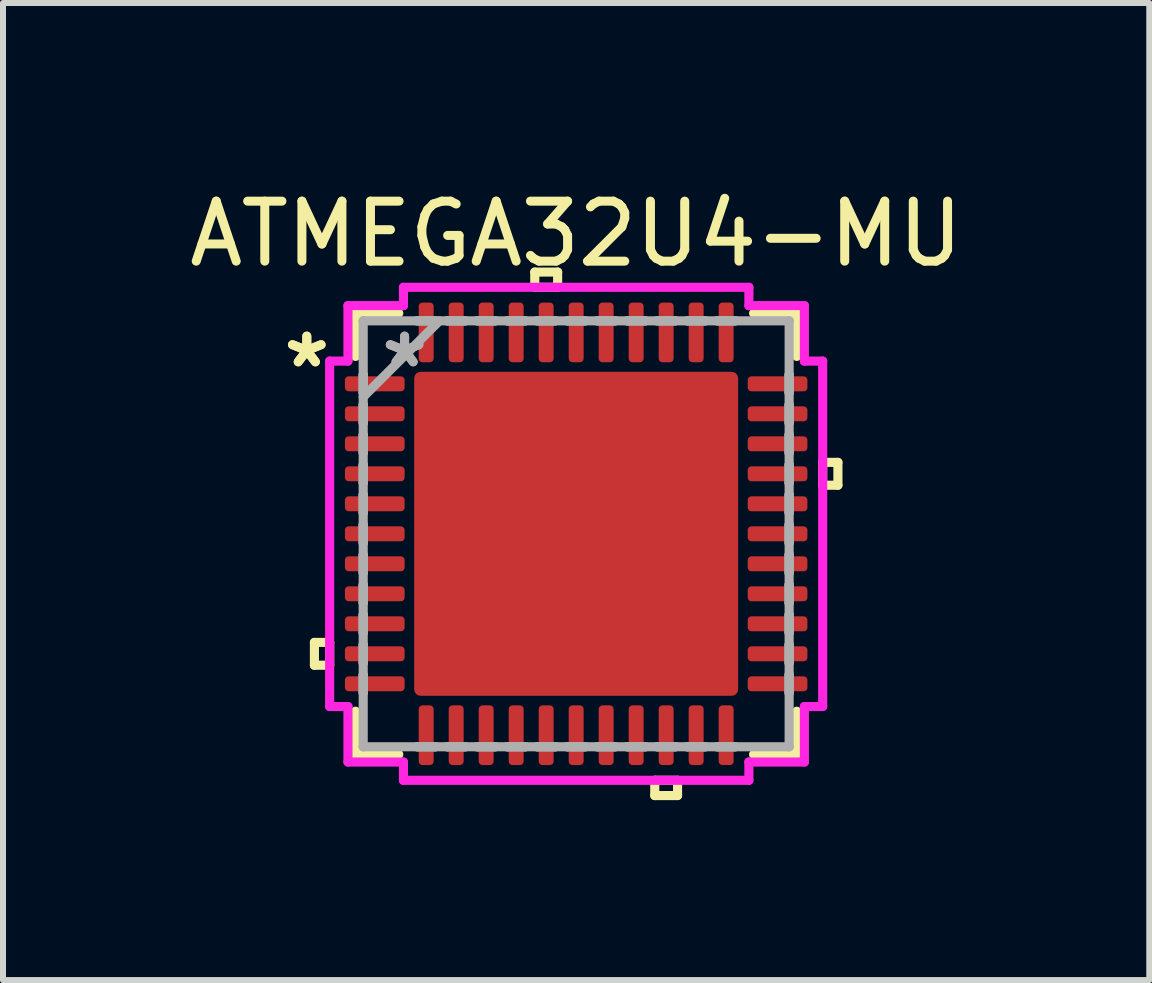
<source format=kicad_pcb>
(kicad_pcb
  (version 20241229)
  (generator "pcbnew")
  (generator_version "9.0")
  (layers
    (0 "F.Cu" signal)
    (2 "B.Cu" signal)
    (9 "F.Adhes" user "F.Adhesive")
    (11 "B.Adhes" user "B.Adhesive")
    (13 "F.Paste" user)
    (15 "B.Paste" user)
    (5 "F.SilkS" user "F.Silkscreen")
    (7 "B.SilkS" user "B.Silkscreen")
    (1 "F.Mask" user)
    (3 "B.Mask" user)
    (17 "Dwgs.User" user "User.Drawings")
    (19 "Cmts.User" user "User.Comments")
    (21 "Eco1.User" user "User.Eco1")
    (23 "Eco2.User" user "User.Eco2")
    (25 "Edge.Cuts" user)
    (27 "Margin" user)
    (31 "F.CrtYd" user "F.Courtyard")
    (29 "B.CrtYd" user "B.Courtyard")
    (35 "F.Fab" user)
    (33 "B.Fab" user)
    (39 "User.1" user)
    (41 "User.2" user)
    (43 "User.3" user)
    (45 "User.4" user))
  (footprint "ATMEGA32U4-MU"
    (layer "F.Cu")
    (at 6.554 5.848)
    (property "Reference" "ATMEGA32U4-MU" (at 0 -5 0) (layer "F.SilkS") (effects (font (size 1 1) (thickness 0.15))))
    (attr smd)
    (fp_line (start -4.363 1.81) (end -4.363 2.191) (stroke (width 0.152) (type solid)) (layer "F.SilkS"))
    (fp_line (start -4.363 2.191) (end -4.109 2.191) (stroke (width 0.152) (type solid)) (layer "F.SilkS"))
    (fp_line (start -4.109 1.81) (end -4.363 1.81) (stroke (width 0.152) (type solid)) (layer "F.SilkS"))
    (fp_line (start -4.109 2.191) (end -4.109 1.81) (stroke (width 0.152) (type solid)) (layer "F.SilkS"))
    (fp_line (start -3.677 -3.677) (end -3.677 -2.957) (stroke (width 0.152) (type solid)) (layer "F.SilkS"))
    (fp_line (start -3.677 2.957) (end -3.677 3.677) (stroke (width 0.152) (type solid)) (layer "F.SilkS"))
    (fp_line (start -3.677 3.677) (end -2.957 3.677) (stroke (width 0.152) (type solid)) (layer "F.SilkS"))
    (fp_line (start -2.957 -3.677) (end -3.677 -3.677) (stroke (width 0.152) (type solid)) (layer "F.SilkS"))
    (fp_line (start -0.69 -4.363) (end -0.309 -4.363) (stroke (width 0.152) (type solid)) (layer "F.SilkS"))
    (fp_line (start -0.69 -4.109) (end -0.69 -4.363) (stroke (width 0.152) (type solid)) (layer "F.SilkS"))
    (fp_line (start -0.309 -4.363) (end -0.309 -4.109) (stroke (width 0.152) (type solid)) (layer "F.SilkS"))
    (fp_line (start -0.309 -4.109) (end -0.69 -4.109) (stroke (width 0.152) (type solid)) (layer "F.SilkS"))
    (fp_line (start 1.31 4.109) (end 1.31 4.363) (stroke (width 0.152) (type solid)) (layer "F.SilkS"))
    (fp_line (start 1.31 4.363) (end 1.69 4.363) (stroke (width 0.152) (type solid)) (layer "F.SilkS"))
    (fp_line (start 1.69 4.109) (end 1.31 4.109) (stroke (width 0.152) (type solid)) (layer "F.SilkS"))
    (fp_line (start 1.69 4.363) (end 1.69 4.109) (stroke (width 0.152) (type solid)) (layer "F.SilkS"))
    (fp_line (start 2.957 3.677) (end 3.677 3.677) (stroke (width 0.152) (type solid)) (layer "F.SilkS"))
    (fp_line (start 3.677 -3.677) (end 2.957 -3.677) (stroke (width 0.152) (type solid)) (layer "F.SilkS"))
    (fp_line (start 3.677 -2.957) (end 3.677 -3.677) (stroke (width 0.152) (type solid)) (layer "F.SilkS"))
    (fp_line (start 3.677 3.677) (end 3.677 2.957) (stroke (width 0.152) (type solid)) (layer "F.SilkS"))
    (fp_line (start 4.109 -1.191) (end 4.363 -1.191) (stroke (width 0.152) (type solid)) (layer "F.SilkS"))
    (fp_line (start 4.109 -0.81) (end 4.109 -1.191) (stroke (width 0.152) (type solid)) (layer "F.SilkS"))
    (fp_line (start 4.363 -1.191) (end 4.363 -0.81) (stroke (width 0.152) (type solid)) (layer "F.SilkS"))
    (fp_line (start 4.363 -0.81) (end 4.109 -0.81) (stroke (width 0.152) (type solid)) (layer "F.SilkS"))
    (fp_line (start -2.6 -2.6) (end -2.6 -1.45) (stroke (width 0.152) (type solid)) (layer "F.Paste"))
    (fp_line (start -2.6 -1.45) (end -1.45 -1.45) (stroke (width 0.152) (type solid)) (layer "F.Paste"))
    (fp_line (start -2.6 -1.25) (end -2.6 -0.1) (stroke (width 0.152) (type solid)) (layer "F.Paste"))
    (fp_line (start -2.6 -0.1) (end -1.45 -0.1) (stroke (width 0.152) (type solid)) (layer "F.Paste"))
    (fp_line (start -2.6 0.1) (end -2.6 1.25) (stroke (width 0.152) (type solid)) (layer "F.Paste"))
    (fp_line (start -2.6 1.25) (end -1.45 1.25) (stroke (width 0.152) (type solid)) (layer "F.Paste"))
    (fp_line (start -2.6 1.45) (end -2.6 2.6) (stroke (width 0.152) (type solid)) (layer "F.Paste"))
    (fp_line (start -2.6 2.6) (end -1.45 2.6) (stroke (width 0.152) (type solid)) (layer "F.Paste"))
    (fp_line (start -1.45 -2.6) (end -2.6 -2.6) (stroke (width 0.152) (type solid)) (layer "F.Paste"))
    (fp_line (start -1.45 -1.45) (end -1.45 -2.6) (stroke (width 0.152) (type solid)) (layer "F.Paste"))
    (fp_line (start -1.45 -1.25) (end -2.6 -1.25) (stroke (width 0.152) (type solid)) (layer "F.Paste"))
    (fp_line (start -1.45 -0.1) (end -1.45 -1.25) (stroke (width 0.152) (type solid)) (layer "F.Paste"))
    (fp_line (start -1.45 0.1) (end -2.6 0.1) (stroke (width 0.152) (type solid)) (layer "F.Paste"))
    (fp_line (start -1.45 1.25) (end -1.45 0.1) (stroke (width 0.152) (type solid)) (layer "F.Paste"))
    (fp_line (start -1.45 1.45) (end -2.6 1.45) (stroke (width 0.152) (type solid)) (layer "F.Paste"))
    (fp_line (start -1.45 2.6) (end -1.45 1.45) (stroke (width 0.152) (type solid)) (layer "F.Paste"))
    (fp_line (start -1.25 -2.6) (end -1.25 -1.45) (stroke (width 0.152) (type solid)) (layer "F.Paste"))
    (fp_line (start -1.25 -1.45) (end -0.1 -1.45) (stroke (width 0.152) (type solid)) (layer "F.Paste"))
    (fp_line (start -1.25 -1.25) (end -1.25 -0.1) (stroke (width 0.152) (type solid)) (layer "F.Paste"))
    (fp_line (start -1.25 -0.1) (end -0.1 -0.1) (stroke (width 0.152) (type solid)) (layer "F.Paste"))
    (fp_line (start -1.25 0.1) (end -1.25 1.25) (stroke (width 0.152) (type solid)) (layer "F.Paste"))
    (fp_line (start -1.25 1.25) (end -0.1 1.25) (stroke (width 0.152) (type solid)) (layer "F.Paste"))
    (fp_line (start -1.25 1.45) (end -1.25 2.6) (stroke (width 0.152) (type solid)) (layer "F.Paste"))
    (fp_line (start -1.25 2.6) (end -0.1 2.6) (stroke (width 0.152) (type solid)) (layer "F.Paste"))
    (fp_line (start -0.1 -2.6) (end -1.25 -2.6) (stroke (width 0.152) (type solid)) (layer "F.Paste"))
    (fp_line (start -0.1 -1.45) (end -0.1 -2.6) (stroke (width 0.152) (type solid)) (layer "F.Paste"))
    (fp_line (start -0.1 -1.25) (end -1.25 -1.25) (stroke (width 0.152) (type solid)) (layer "F.Paste"))
    (fp_line (start -0.1 -0.1) (end -0.1 -1.25) (stroke (width 0.152) (type solid)) (layer "F.Paste"))
    (fp_line (start -0.1 0.1) (end -1.25 0.1) (stroke (width 0.152) (type solid)) (layer "F.Paste"))
    (fp_line (start -0.1 1.25) (end -0.1 0.1) (stroke (width 0.152) (type solid)) (layer "F.Paste"))
    (fp_line (start -0.1 1.45) (end -1.25 1.45) (stroke (width 0.152) (type solid)) (layer "F.Paste"))
    (fp_line (start -0.1 2.6) (end -0.1 1.45) (stroke (width 0.152) (type solid)) (layer "F.Paste"))
    (fp_line (start 0.1 -2.6) (end 0.1 -1.45) (stroke (width 0.152) (type solid)) (layer "F.Paste"))
    (fp_line (start 0.1 -1.45) (end 1.25 -1.45) (stroke (width 0.152) (type solid)) (layer "F.Paste"))
    (fp_line (start 0.1 -1.25) (end 0.1 -0.1) (stroke (width 0.152) (type solid)) (layer "F.Paste"))
    (fp_line (start 0.1 -0.1) (end 1.25 -0.1) (stroke (width 0.152) (type solid)) (layer "F.Paste"))
    (fp_line (start 0.1 0.1) (end 0.1 1.25) (stroke (width 0.152) (type solid)) (layer "F.Paste"))
    (fp_line (start 0.1 1.25) (end 1.25 1.25) (stroke (width 0.152) (type solid)) (layer "F.Paste"))
    (fp_line (start 0.1 1.45) (end 0.1 2.6) (stroke (width 0.152) (type solid)) (layer "F.Paste"))
    (fp_line (start 0.1 2.6) (end 1.25 2.6) (stroke (width 0.152) (type solid)) (layer "F.Paste"))
    (fp_line (start 1.25 -2.6) (end 0.1 -2.6) (stroke (width 0.152) (type solid)) (layer "F.Paste"))
    (fp_line (start 1.25 -1.45) (end 1.25 -2.6) (stroke (width 0.152) (type solid)) (layer "F.Paste"))
    (fp_line (start 1.25 -1.25) (end 0.1 -1.25) (stroke (width 0.152) (type solid)) (layer "F.Paste"))
    (fp_line (start 1.25 -0.1) (end 1.25 -1.25) (stroke (width 0.152) (type solid)) (layer "F.Paste"))
    (fp_line (start 1.25 0.1) (end 0.1 0.1) (stroke (width 0.152) (type solid)) (layer "F.Paste"))
    (fp_line (start 1.25 1.25) (end 1.25 0.1) (stroke (width 0.152) (type solid)) (layer "F.Paste"))
    (fp_line (start 1.25 1.45) (end 0.1 1.45) (stroke (width 0.152) (type solid)) (layer "F.Paste"))
    (fp_line (start 1.25 2.6) (end 1.25 1.45) (stroke (width 0.152) (type solid)) (layer "F.Paste"))
    (fp_line (start 1.45 -2.6) (end 1.45 -1.45) (stroke (width 0.152) (type solid)) (layer "F.Paste"))
    (fp_line (start 1.45 -1.45) (end 2.6 -1.45) (stroke (width 0.152) (type solid)) (layer "F.Paste"))
    (fp_line (start 1.45 -1.25) (end 1.45 -0.1) (stroke (width 0.152) (type solid)) (layer "F.Paste"))
    (fp_line (start 1.45 -0.1) (end 2.6 -0.1) (stroke (width 0.152) (type solid)) (layer "F.Paste"))
    (fp_line (start 1.45 0.1) (end 1.45 1.25) (stroke (width 0.152) (type solid)) (layer "F.Paste"))
    (fp_line (start 1.45 1.25) (end 2.6 1.25) (stroke (width 0.152) (type solid)) (layer "F.Paste"))
    (fp_line (start 1.45 1.45) (end 1.45 2.6) (stroke (width 0.152) (type solid)) (layer "F.Paste"))
    (fp_line (start 1.45 2.6) (end 2.6 2.6) (stroke (width 0.152) (type solid)) (layer "F.Paste"))
    (fp_line (start 2.6 -2.6) (end 1.45 -2.6) (stroke (width 0.152) (type solid)) (layer "F.Paste"))
    (fp_line (start 2.6 -1.45) (end 2.6 -2.6) (stroke (width 0.152) (type solid)) (layer "F.Paste"))
    (fp_line (start 2.6 -1.25) (end 1.45 -1.25) (stroke (width 0.152) (type solid)) (layer "F.Paste"))
    (fp_line (start 2.6 -0.1) (end 2.6 -1.25) (stroke (width 0.152) (type solid)) (layer "F.Paste"))
    (fp_line (start 2.6 0.1) (end 1.45 0.1) (stroke (width 0.152) (type solid)) (layer "F.Paste"))
    (fp_line (start 2.6 1.25) (end 2.6 0.1) (stroke (width 0.152) (type solid)) (layer "F.Paste"))
    (fp_line (start 2.6 1.45) (end 1.45 1.45) (stroke (width 0.152) (type solid)) (layer "F.Paste"))
    (fp_line (start 2.6 2.6) (end 2.6 1.45) (stroke (width 0.152) (type solid)) (layer "F.Paste"))
    (fp_line (start -4.109 -2.879) (end -3.804 -2.879) (stroke (width 0.152) (type solid)) (layer "F.CrtYd"))
    (fp_line (start -4.109 2.879) (end -4.109 -2.879) (stroke (width 0.152) (type solid)) (layer "F.CrtYd"))
    (fp_line (start -3.804 -3.804) (end -2.879 -3.804) (stroke (width 0.152) (type solid)) (layer "F.CrtYd"))
    (fp_line (start -3.804 -2.879) (end -3.804 -3.804) (stroke (width 0.152) (type solid)) (layer "F.CrtYd"))
    (fp_line (start -3.804 2.879) (end -4.109 2.879) (stroke (width 0.152) (type solid)) (layer "F.CrtYd"))
    (fp_line (start -3.804 3.804) (end -3.804 2.879) (stroke (width 0.152) (type solid)) (layer "F.CrtYd"))
    (fp_line (start -2.879 -4.109) (end 2.879 -4.109) (stroke (width 0.152) (type solid)) (layer "F.CrtYd"))
    (fp_line (start -2.879 -3.804) (end -2.879 -4.109) (stroke (width 0.152) (type solid)) (layer "F.CrtYd"))
    (fp_line (start -2.879 3.804) (end -3.804 3.804) (stroke (width 0.152) (type solid)) (layer "F.CrtYd"))
    (fp_line (start -2.879 4.109) (end -2.879 3.804) (stroke (width 0.152) (type solid)) (layer "F.CrtYd"))
    (fp_line (start 2.879 -4.109) (end 2.879 -3.804) (stroke (width 0.152) (type solid)) (layer "F.CrtYd"))
    (fp_line (start 2.879 -3.804) (end 3.804 -3.804) (stroke (width 0.152) (type solid)) (layer "F.CrtYd"))
    (fp_line (start 2.879 3.804) (end 2.879 4.109) (stroke (width 0.152) (type solid)) (layer "F.CrtYd"))
    (fp_line (start 2.879 4.109) (end -2.879 4.109) (stroke (width 0.152) (type solid)) (layer "F.CrtYd"))
    (fp_line (start 3.804 -3.804) (end 3.804 -2.879) (stroke (width 0.152) (type solid)) (layer "F.CrtYd"))
    (fp_line (start 3.804 -2.879) (end 4.109 -2.879) (stroke (width 0.152) (type solid)) (layer "F.CrtYd"))
    (fp_line (start 3.804 2.879) (end 3.804 3.804) (stroke (width 0.152) (type solid)) (layer "F.CrtYd"))
    (fp_line (start 3.804 3.804) (end 2.879 3.804) (stroke (width 0.152) (type solid)) (layer "F.CrtYd"))
    (fp_line (start 4.109 -2.879) (end 4.109 2.879) (stroke (width 0.152) (type solid)) (layer "F.CrtYd"))
    (fp_line (start 4.109 2.879) (end 3.804 2.879) (stroke (width 0.152) (type solid)) (layer "F.CrtYd"))
    (fp_line (start -3.55 -3.55) (end -3.55 -3.55) (stroke (width 0.152) (type solid)) (layer "F.Fab"))
    (fp_line (start -3.55 -3.55) (end -3.55 3.55) (stroke (width 0.152) (type solid)) (layer "F.Fab"))
    (fp_line (start -3.55 -2.65) (end -3.55 -2.65) (stroke (width 0.152) (type solid)) (layer "F.Fab"))
    (fp_line (start -3.55 -2.65) (end -3.55 -2.35) (stroke (width 0.152) (type solid)) (layer "F.Fab"))
    (fp_line (start -3.55 -2.35) (end -3.55 -2.65) (stroke (width 0.152) (type solid)) (layer "F.Fab"))
    (fp_line (start -3.55 -2.35) (end -3.55 -2.35) (stroke (width 0.152) (type solid)) (layer "F.Fab"))
    (fp_line (start -3.55 -2.28) (end -2.28 -3.55) (stroke (width 0.152) (type solid)) (layer "F.Fab"))
    (fp_line (start -3.55 -2.15) (end -3.55 -2.15) (stroke (width 0.152) (type solid)) (layer "F.Fab"))
    (fp_line (start -3.55 -2.15) (end -3.55 -1.85) (stroke (width 0.152) (type solid)) (layer "F.Fab"))
    (fp_line (start -3.55 -1.85) (end -3.55 -2.15) (stroke (width 0.152) (type solid)) (layer "F.Fab"))
    (fp_line (start -3.55 -1.85) (end -3.55 -1.85) (stroke (width 0.152) (type solid)) (layer "F.Fab"))
    (fp_line (start -3.55 -1.65) (end -3.55 -1.65) (stroke (width 0.152) (type solid)) (layer "F.Fab"))
    (fp_line (start -3.55 -1.65) (end -3.55 -1.35) (stroke (width 0.152) (type solid)) (layer "F.Fab"))
    (fp_line (start -3.55 -1.35) (end -3.55 -1.65) (stroke (width 0.152) (type solid)) (layer "F.Fab"))
    (fp_line (start -3.55 -1.35) (end -3.55 -1.35) (stroke (width 0.152) (type solid)) (layer "F.Fab"))
    (fp_line (start -3.55 -1.15) (end -3.55 -1.15) (stroke (width 0.152) (type solid)) (layer "F.Fab"))
    (fp_line (start -3.55 -1.15) (end -3.55 -0.85) (stroke (width 0.152) (type solid)) (layer "F.Fab"))
    (fp_line (start -3.55 -0.85) (end -3.55 -1.15) (stroke (width 0.152) (type solid)) (layer "F.Fab"))
    (fp_line (start -3.55 -0.85) (end -3.55 -0.85) (stroke (width 0.152) (type solid)) (layer "F.Fab"))
    (fp_line (start -3.55 -0.65) (end -3.55 -0.65) (stroke (width 0.152) (type solid)) (layer "F.Fab"))
    (fp_line (start -3.55 -0.65) (end -3.55 -0.35) (stroke (width 0.152) (type solid)) (layer "F.Fab"))
    (fp_line (start -3.55 -0.35) (end -3.55 -0.65) (stroke (width 0.152) (type solid)) (layer "F.Fab"))
    (fp_line (start -3.55 -0.35) (end -3.55 -0.35) (stroke (width 0.152) (type solid)) (layer "F.Fab"))
    (fp_line (start -3.55 -0.15) (end -3.55 -0.15) (stroke (width 0.152) (type solid)) (layer "F.Fab"))
    (fp_line (start -3.55 -0.15) (end -3.55 0.15) (stroke (width 0.152) (type solid)) (layer "F.Fab"))
    (fp_line (start -3.55 0.15) (end -3.55 -0.15) (stroke (width 0.152) (type solid)) (layer "F.Fab"))
    (fp_line (start -3.55 0.15) (end -3.55 0.15) (stroke (width 0.152) (type solid)) (layer "F.Fab"))
    (fp_line (start -3.55 0.35) (end -3.55 0.35) (stroke (width 0.152) (type solid)) (layer "F.Fab"))
    (fp_line (start -3.55 0.35) (end -3.55 0.65) (stroke (width 0.152) (type solid)) (layer "F.Fab"))
    (fp_line (start -3.55 0.65) (end -3.55 0.35) (stroke (width 0.152) (type solid)) (layer "F.Fab"))
    (fp_line (start -3.55 0.65) (end -3.55 0.65) (stroke (width 0.152) (type solid)) (layer "F.Fab"))
    (fp_line (start -3.55 0.85) (end -3.55 0.85) (stroke (width 0.152) (type solid)) (layer "F.Fab"))
    (fp_line (start -3.55 0.85) (end -3.55 1.15) (stroke (width 0.152) (type solid)) (layer "F.Fab"))
    (fp_line (start -3.55 1.15) (end -3.55 0.85) (stroke (width 0.152) (type solid)) (layer "F.Fab"))
    (fp_line (start -3.55 1.15) (end -3.55 1.15) (stroke (width 0.152) (type solid)) (layer "F.Fab"))
    (fp_line (start -3.55 1.35) (end -3.55 1.35) (stroke (width 0.152) (type solid)) (layer "F.Fab"))
    (fp_line (start -3.55 1.35) (end -3.55 1.65) (stroke (width 0.152) (type solid)) (layer "F.Fab"))
    (fp_line (start -3.55 1.65) (end -3.55 1.35) (stroke (width 0.152) (type solid)) (layer "F.Fab"))
    (fp_line (start -3.55 1.65) (end -3.55 1.65) (stroke (width 0.152) (type solid)) (layer "F.Fab"))
    (fp_line (start -3.55 1.85) (end -3.55 1.85) (stroke (width 0.152) (type solid)) (layer "F.Fab"))
    (fp_line (start -3.55 1.85) (end -3.55 2.15) (stroke (width 0.152) (type solid)) (layer "F.Fab"))
    (fp_line (start -3.55 2.15) (end -3.55 1.85) (stroke (width 0.152) (type solid)) (layer "F.Fab"))
    (fp_line (start -3.55 2.15) (end -3.55 2.15) (stroke (width 0.152) (type solid)) (layer "F.Fab"))
    (fp_line (start -3.55 2.35) (end -3.55 2.35) (stroke (width 0.152) (type solid)) (layer "F.Fab"))
    (fp_line (start -3.55 2.35) (end -3.55 2.65) (stroke (width 0.152) (type solid)) (layer "F.Fab"))
    (fp_line (start -3.55 2.65) (end -3.55 2.35) (stroke (width 0.152) (type solid)) (layer "F.Fab"))
    (fp_line (start -3.55 2.65) (end -3.55 2.65) (stroke (width 0.152) (type solid)) (layer "F.Fab"))
    (fp_line (start -3.55 3.55) (end -3.55 3.55) (stroke (width 0.152) (type solid)) (layer "F.Fab"))
    (fp_line (start -3.55 3.55) (end 3.55 3.55) (stroke (width 0.152) (type solid)) (layer "F.Fab"))
    (fp_line (start -2.65 -3.55) (end -2.65 -3.55) (stroke (width 0.152) (type solid)) (layer "F.Fab"))
    (fp_line (start -2.65 -3.55) (end -2.35 -3.55) (stroke (width 0.152) (type solid)) (layer "F.Fab"))
    (fp_line (start -2.65 3.55) (end -2.65 3.55) (stroke (width 0.152) (type solid)) (layer "F.Fab"))
    (fp_line (start -2.65 3.55) (end -2.35 3.55) (stroke (width 0.152) (type solid)) (layer "F.Fab"))
    (fp_line (start -2.35 -3.55) (end -2.65 -3.55) (stroke (width 0.152) (type solid)) (layer "F.Fab"))
    (fp_line (start -2.35 -3.55) (end -2.35 -3.55) (stroke (width 0.152) (type solid)) (layer "F.Fab"))
    (fp_line (start -2.35 3.55) (end -2.65 3.55) (stroke (width 0.152) (type solid)) (layer "F.Fab"))
    (fp_line (start -2.35 3.55) (end -2.35 3.55) (stroke (width 0.152) (type solid)) (layer "F.Fab"))
    (fp_line (start -2.15 -3.55) (end -2.15 -3.55) (stroke (width 0.152) (type solid)) (layer "F.Fab"))
    (fp_line (start -2.15 -3.55) (end -1.85 -3.55) (stroke (width 0.152) (type solid)) (layer "F.Fab"))
    (fp_line (start -2.15 3.55) (end -2.15 3.55) (stroke (width 0.152) (type solid)) (layer "F.Fab"))
    (fp_line (start -2.15 3.55) (end -1.85 3.55) (stroke (width 0.152) (type solid)) (layer "F.Fab"))
    (fp_line (start -1.85 -3.55) (end -2.15 -3.55) (stroke (width 0.152) (type solid)) (layer "F.Fab"))
    (fp_line (start -1.85 -3.55) (end -1.85 -3.55) (stroke (width 0.152) (type solid)) (layer "F.Fab"))
    (fp_line (start -1.85 3.55) (end -2.15 3.55) (stroke (width 0.152) (type solid)) (layer "F.Fab"))
    (fp_line (start -1.85 3.55) (end -1.85 3.55) (stroke (width 0.152) (type solid)) (layer "F.Fab"))
    (fp_line (start -1.65 -3.55) (end -1.65 -3.55) (stroke (width 0.152) (type solid)) (layer "F.Fab"))
    (fp_line (start -1.65 -3.55) (end -1.35 -3.55) (stroke (width 0.152) (type solid)) (layer "F.Fab"))
    (fp_line (start -1.65 3.55) (end -1.65 3.55) (stroke (width 0.152) (type solid)) (layer "F.Fab"))
    (fp_line (start -1.65 3.55) (end -1.35 3.55) (stroke (width 0.152) (type solid)) (layer "F.Fab"))
    (fp_line (start -1.35 -3.55) (end -1.65 -3.55) (stroke (width 0.152) (type solid)) (layer "F.Fab"))
    (fp_line (start -1.35 -3.55) (end -1.35 -3.55) (stroke (width 0.152) (type solid)) (layer "F.Fab"))
    (fp_line (start -1.35 3.55) (end -1.65 3.55) (stroke (width 0.152) (type solid)) (layer "F.Fab"))
    (fp_line (start -1.35 3.55) (end -1.35 3.55) (stroke (width 0.152) (type solid)) (layer "F.Fab"))
    (fp_line (start -1.15 -3.55) (end -1.15 -3.55) (stroke (width 0.152) (type solid)) (layer "F.Fab"))
    (fp_line (start -1.15 -3.55) (end -0.85 -3.55) (stroke (width 0.152) (type solid)) (layer "F.Fab"))
    (fp_line (start -1.15 3.55) (end -1.15 3.55) (stroke (width 0.152) (type solid)) (layer "F.Fab"))
    (fp_line (start -1.15 3.55) (end -0.85 3.55) (stroke (width 0.152) (type solid)) (layer "F.Fab"))
    (fp_line (start -0.85 -3.55) (end -1.15 -3.55) (stroke (width 0.152) (type solid)) (layer "F.Fab"))
    (fp_line (start -0.85 -3.55) (end -0.85 -3.55) (stroke (width 0.152) (type solid)) (layer "F.Fab"))
    (fp_line (start -0.85 3.55) (end -1.15 3.55) (stroke (width 0.152) (type solid)) (layer "F.Fab"))
    (fp_line (start -0.85 3.55) (end -0.85 3.55) (stroke (width 0.152) (type solid)) (layer "F.Fab"))
    (fp_line (start -0.65 -3.55) (end -0.65 -3.55) (stroke (width 0.152) (type solid)) (layer "F.Fab"))
    (fp_line (start -0.65 -3.55) (end -0.35 -3.55) (stroke (width 0.152) (type solid)) (layer "F.Fab"))
    (fp_line (start -0.65 3.55) (end -0.65 3.55) (stroke (width 0.152) (type solid)) (layer "F.Fab"))
    (fp_line (start -0.65 3.55) (end -0.35 3.55) (stroke (width 0.152) (type solid)) (layer "F.Fab"))
    (fp_line (start -0.35 -3.55) (end -0.65 -3.55) (stroke (width 0.152) (type solid)) (layer "F.Fab"))
    (fp_line (start -0.35 -3.55) (end -0.35 -3.55) (stroke (width 0.152) (type solid)) (layer "F.Fab"))
    (fp_line (start -0.35 3.55) (end -0.65 3.55) (stroke (width 0.152) (type solid)) (layer "F.Fab"))
    (fp_line (start -0.35 3.55) (end -0.35 3.55) (stroke (width 0.152) (type solid)) (layer "F.Fab"))
    (fp_line (start -0.15 -3.55) (end -0.15 -3.55) (stroke (width 0.152) (type solid)) (layer "F.Fab"))
    (fp_line (start -0.15 -3.55) (end 0.15 -3.55) (stroke (width 0.152) (type solid)) (layer "F.Fab"))
    (fp_line (start -0.15 3.55) (end -0.15 3.55) (stroke (width 0.152) (type solid)) (layer "F.Fab"))
    (fp_line (start -0.15 3.55) (end 0.15 3.55) (stroke (width 0.152) (type solid)) (layer "F.Fab"))
    (fp_line (start 0.15 -3.55) (end -0.15 -3.55) (stroke (width 0.152) (type solid)) (layer "F.Fab"))
    (fp_line (start 0.15 -3.55) (end 0.15 -3.55) (stroke (width 0.152) (type solid)) (layer "F.Fab"))
    (fp_line (start 0.15 3.55) (end -0.15 3.55) (stroke (width 0.152) (type solid)) (layer "F.Fab"))
    (fp_line (start 0.15 3.55) (end 0.15 3.55) (stroke (width 0.152) (type solid)) (layer "F.Fab"))
    (fp_line (start 0.35 -3.55) (end 0.35 -3.55) (stroke (width 0.152) (type solid)) (layer "F.Fab"))
    (fp_line (start 0.35 -3.55) (end 0.65 -3.55) (stroke (width 0.152) (type solid)) (layer "F.Fab"))
    (fp_line (start 0.35 3.55) (end 0.35 3.55) (stroke (width 0.152) (type solid)) (layer "F.Fab"))
    (fp_line (start 0.35 3.55) (end 0.65 3.55) (stroke (width 0.152) (type solid)) (layer "F.Fab"))
    (fp_line (start 0.65 -3.55) (end 0.35 -3.55) (stroke (width 0.152) (type solid)) (layer "F.Fab"))
    (fp_line (start 0.65 -3.55) (end 0.65 -3.55) (stroke (width 0.152) (type solid)) (layer "F.Fab"))
    (fp_line (start 0.65 3.55) (end 0.35 3.55) (stroke (width 0.152) (type solid)) (layer "F.Fab"))
    (fp_line (start 0.65 3.55) (end 0.65 3.55) (stroke (width 0.152) (type solid)) (layer "F.Fab"))
    (fp_line (start 0.85 -3.55) (end 0.85 -3.55) (stroke (width 0.152) (type solid)) (layer "F.Fab"))
    (fp_line (start 0.85 -3.55) (end 1.15 -3.55) (stroke (width 0.152) (type solid)) (layer "F.Fab"))
    (fp_line (start 0.85 3.55) (end 0.85 3.55) (stroke (width 0.152) (type solid)) (layer "F.Fab"))
    (fp_line (start 0.85 3.55) (end 1.15 3.55) (stroke (width 0.152) (type solid)) (layer "F.Fab"))
    (fp_line (start 1.15 -3.55) (end 0.85 -3.55) (stroke (width 0.152) (type solid)) (layer "F.Fab"))
    (fp_line (start 1.15 -3.55) (end 1.15 -3.55) (stroke (width 0.152) (type solid)) (layer "F.Fab"))
    (fp_line (start 1.15 3.55) (end 0.85 3.55) (stroke (width 0.152) (type solid)) (layer "F.Fab"))
    (fp_line (start 1.15 3.55) (end 1.15 3.55) (stroke (width 0.152) (type solid)) (layer "F.Fab"))
    (fp_line (start 1.35 -3.55) (end 1.35 -3.55) (stroke (width 0.152) (type solid)) (layer "F.Fab"))
    (fp_line (start 1.35 -3.55) (end 1.65 -3.55) (stroke (width 0.152) (type solid)) (layer "F.Fab"))
    (fp_line (start 1.35 3.55) (end 1.35 3.55) (stroke (width 0.152) (type solid)) (layer "F.Fab"))
    (fp_line (start 1.35 3.55) (end 1.65 3.55) (stroke (width 0.152) (type solid)) (layer "F.Fab"))
    (fp_line (start 1.65 -3.55) (end 1.35 -3.55) (stroke (width 0.152) (type solid)) (layer "F.Fab"))
    (fp_line (start 1.65 -3.55) (end 1.65 -3.55) (stroke (width 0.152) (type solid)) (layer "F.Fab"))
    (fp_line (start 1.65 3.55) (end 1.35 3.55) (stroke (width 0.152) (type solid)) (layer "F.Fab"))
    (fp_line (start 1.65 3.55) (end 1.65 3.55) (stroke (width 0.152) (type solid)) (layer "F.Fab"))
    (fp_line (start 1.85 -3.55) (end 1.85 -3.55) (stroke (width 0.152) (type solid)) (layer "F.Fab"))
    (fp_line (start 1.85 -3.55) (end 2.15 -3.55) (stroke (width 0.152) (type solid)) (layer "F.Fab"))
    (fp_line (start 1.85 3.55) (end 1.85 3.55) (stroke (width 0.152) (type solid)) (layer "F.Fab"))
    (fp_line (start 1.85 3.55) (end 2.15 3.55) (stroke (width 0.152) (type solid)) (layer "F.Fab"))
    (fp_line (start 2.15 -3.55) (end 1.85 -3.55) (stroke (width 0.152) (type solid)) (layer "F.Fab"))
    (fp_line (start 2.15 -3.55) (end 2.15 -3.55) (stroke (width 0.152) (type solid)) (layer "F.Fab"))
    (fp_line (start 2.15 3.55) (end 1.85 3.55) (stroke (width 0.152) (type solid)) (layer "F.Fab"))
    (fp_line (start 2.15 3.55) (end 2.15 3.55) (stroke (width 0.152) (type solid)) (layer "F.Fab"))
    (fp_line (start 2.35 -3.55) (end 2.35 -3.55) (stroke (width 0.152) (type solid)) (layer "F.Fab"))
    (fp_line (start 2.35 -3.55) (end 2.65 -3.55) (stroke (width 0.152) (type solid)) (layer "F.Fab"))
    (fp_line (start 2.35 3.55) (end 2.35 3.55) (stroke (width 0.152) (type solid)) (layer "F.Fab"))
    (fp_line (start 2.35 3.55) (end 2.65 3.55) (stroke (width 0.152) (type solid)) (layer "F.Fab"))
    (fp_line (start 2.65 -3.55) (end 2.35 -3.55) (stroke (width 0.152) (type solid)) (layer "F.Fab"))
    (fp_line (start 2.65 -3.55) (end 2.65 -3.55) (stroke (width 0.152) (type solid)) (layer "F.Fab"))
    (fp_line (start 2.65 3.55) (end 2.35 3.55) (stroke (width 0.152) (type solid)) (layer "F.Fab"))
    (fp_line (start 2.65 3.55) (end 2.65 3.55) (stroke (width 0.152) (type solid)) (layer "F.Fab"))
    (fp_line (start 3.55 -3.55) (end -3.55 -3.55) (stroke (width 0.152) (type solid)) (layer "F.Fab"))
    (fp_line (start 3.55 -3.55) (end 3.55 -3.55) (stroke (width 0.152) (type solid)) (layer "F.Fab"))
    (fp_line (start 3.55 -2.65) (end 3.55 -2.65) (stroke (width 0.152) (type solid)) (layer "F.Fab"))
    (fp_line (start 3.55 -2.65) (end 3.55 -2.35) (stroke (width 0.152) (type solid)) (layer "F.Fab"))
    (fp_line (start 3.55 -2.35) (end 3.55 -2.65) (stroke (width 0.152) (type solid)) (layer "F.Fab"))
    (fp_line (start 3.55 -2.35) (end 3.55 -2.35) (stroke (width 0.152) (type solid)) (layer "F.Fab"))
    (fp_line (start 3.55 -2.15) (end 3.55 -2.15) (stroke (width 0.152) (type solid)) (layer "F.Fab"))
    (fp_line (start 3.55 -2.15) (end 3.55 -1.85) (stroke (width 0.152) (type solid)) (layer "F.Fab"))
    (fp_line (start 3.55 -1.85) (end 3.55 -2.15) (stroke (width 0.152) (type solid)) (layer "F.Fab"))
    (fp_line (start 3.55 -1.85) (end 3.55 -1.85) (stroke (width 0.152) (type solid)) (layer "F.Fab"))
    (fp_line (start 3.55 -1.65) (end 3.55 -1.65) (stroke (width 0.152) (type solid)) (layer "F.Fab"))
    (fp_line (start 3.55 -1.65) (end 3.55 -1.35) (stroke (width 0.152) (type solid)) (layer "F.Fab"))
    (fp_line (start 3.55 -1.35) (end 3.55 -1.65) (stroke (width 0.152) (type solid)) (layer "F.Fab"))
    (fp_line (start 3.55 -1.35) (end 3.55 -1.35) (stroke (width 0.152) (type solid)) (layer "F.Fab"))
    (fp_line (start 3.55 -1.15) (end 3.55 -1.15) (stroke (width 0.152) (type solid)) (layer "F.Fab"))
    (fp_line (start 3.55 -1.15) (end 3.55 -0.85) (stroke (width 0.152) (type solid)) (layer "F.Fab"))
    (fp_line (start 3.55 -0.85) (end 3.55 -1.15) (stroke (width 0.152) (type solid)) (layer "F.Fab"))
    (fp_line (start 3.55 -0.85) (end 3.55 -0.85) (stroke (width 0.152) (type solid)) (layer "F.Fab"))
    (fp_line (start 3.55 -0.65) (end 3.55 -0.65) (stroke (width 0.152) (type solid)) (layer "F.Fab"))
    (fp_line (start 3.55 -0.65) (end 3.55 -0.35) (stroke (width 0.152) (type solid)) (layer "F.Fab"))
    (fp_line (start 3.55 -0.35) (end 3.55 -0.65) (stroke (width 0.152) (type solid)) (layer "F.Fab"))
    (fp_line (start 3.55 -0.35) (end 3.55 -0.35) (stroke (width 0.152) (type solid)) (layer "F.Fab"))
    (fp_line (start 3.55 -0.15) (end 3.55 -0.15) (stroke (width 0.152) (type solid)) (layer "F.Fab"))
    (fp_line (start 3.55 -0.15) (end 3.55 0.15) (stroke (width 0.152) (type solid)) (layer "F.Fab"))
    (fp_line (start 3.55 0.15) (end 3.55 -0.15) (stroke (width 0.152) (type solid)) (layer "F.Fab"))
    (fp_line (start 3.55 0.15) (end 3.55 0.15) (stroke (width 0.152) (type solid)) (layer "F.Fab"))
    (fp_line (start 3.55 0.35) (end 3.55 0.35) (stroke (width 0.152) (type solid)) (layer "F.Fab"))
    (fp_line (start 3.55 0.35) (end 3.55 0.65) (stroke (width 0.152) (type solid)) (layer "F.Fab"))
    (fp_line (start 3.55 0.65) (end 3.55 0.35) (stroke (width 0.152) (type solid)) (layer "F.Fab"))
    (fp_line (start 3.55 0.65) (end 3.55 0.65) (stroke (width 0.152) (type solid)) (layer "F.Fab"))
    (fp_line (start 3.55 0.85) (end 3.55 0.85) (stroke (width 0.152) (type solid)) (layer "F.Fab"))
    (fp_line (start 3.55 0.85) (end 3.55 1.15) (stroke (width 0.152) (type solid)) (layer "F.Fab"))
    (fp_line (start 3.55 1.15) (end 3.55 0.85) (stroke (width 0.152) (type solid)) (layer "F.Fab"))
    (fp_line (start 3.55 1.15) (end 3.55 1.15) (stroke (width 0.152) (type solid)) (layer "F.Fab"))
    (fp_line (start 3.55 1.35) (end 3.55 1.35) (stroke (width 0.152) (type solid)) (layer "F.Fab"))
    (fp_line (start 3.55 1.35) (end 3.55 1.65) (stroke (width 0.152) (type solid)) (layer "F.Fab"))
    (fp_line (start 3.55 1.65) (end 3.55 1.35) (stroke (width 0.152) (type solid)) (layer "F.Fab"))
    (fp_line (start 3.55 1.65) (end 3.55 1.65) (stroke (width 0.152) (type solid)) (layer "F.Fab"))
    (fp_line (start 3.55 1.85) (end 3.55 1.85) (stroke (width 0.152) (type solid)) (layer "F.Fab"))
    (fp_line (start 3.55 1.85) (end 3.55 2.15) (stroke (width 0.152) (type solid)) (layer "F.Fab"))
    (fp_line (start 3.55 2.15) (end 3.55 1.85) (stroke (width 0.152) (type solid)) (layer "F.Fab"))
    (fp_line (start 3.55 2.15) (end 3.55 2.15) (stroke (width 0.152) (type solid)) (layer "F.Fab"))
    (fp_line (start 3.55 2.35) (end 3.55 2.35) (stroke (width 0.152) (type solid)) (layer "F.Fab"))
    (fp_line (start 3.55 2.35) (end 3.55 2.65) (stroke (width 0.152) (type solid)) (layer "F.Fab"))
    (fp_line (start 3.55 2.65) (end 3.55 2.35) (stroke (width 0.152) (type solid)) (layer "F.Fab"))
    (fp_line (start 3.55 2.65) (end 3.55 2.65) (stroke (width 0.152) (type solid)) (layer "F.Fab"))
    (fp_line (start 3.55 3.55) (end 3.55 -3.55) (stroke (width 0.152) (type solid)) (layer "F.Fab"))
    (fp_line (start 3.55 3.55) (end 3.55 3.55) (stroke (width 0.152) (type solid)) (layer "F.Fab"))
    (fp_text user "*" (at -4.49 -2.75 0) (layer "F.SilkS") (effects (font (size 1 1) (thickness 0.15))))
    (fp_text user "*" (at -4.49 -2.75 0) (layer "F.SilkS") (effects (font (size 1 1) (thickness 0.15))))
    (fp_text user "*" (at -2.86 -2.75 0) (layer "F.Fab") (effects (font (size 1 1) (thickness 0.15))))
    (fp_text user "*" (at -2.86 -2.75 0) (layer "F.Fab") (effects (font (size 1 1) (thickness 0.15))))
    (pad "1" smd roundrect (at -3.357 -2.5 90) (size 0.249 0.995) (layers "F.Cu" "F.Mask" "F.Paste") (roundrect_rratio 0.25))
    (pad "2" smd roundrect (at -3.357 -2 90) (size 0.249 0.995) (layers "F.Cu" "F.Mask" "F.Paste") (roundrect_rratio 0.25))
    (pad "3" smd roundrect (at -3.357 -1.5 90) (size 0.249 0.995) (layers "F.Cu" "F.Mask" "F.Paste") (roundrect_rratio 0.25))
    (pad "4" smd roundrect (at -3.357 -1 90) (size 0.249 0.995) (layers "F.Cu" "F.Mask" "F.Paste") (roundrect_rratio 0.25))
    (pad "5" smd roundrect (at -3.357 -0.5 90) (size 0.249 0.995) (layers "F.Cu" "F.Mask" "F.Paste") (roundrect_rratio 0.25))
    (pad "6" smd roundrect (at -3.357 0 90) (size 0.249 0.995) (layers "F.Cu" "F.Mask" "F.Paste") (roundrect_rratio 0.25))
    (pad "7" smd roundrect (at -3.357 0.5 90) (size 0.249 0.995) (layers "F.Cu" "F.Mask" "F.Paste") (roundrect_rratio 0.25))
    (pad "8" smd roundrect (at -3.357 1 90) (size 0.249 0.995) (layers "F.Cu" "F.Mask" "F.Paste") (roundrect_rratio 0.25))
    (pad "9" smd roundrect (at -3.357 1.5 90) (size 0.249 0.995) (layers "F.Cu" "F.Mask" "F.Paste") (roundrect_rratio 0.25))
    (pad "10" smd roundrect (at -3.357 2 90) (size 0.249 0.995) (layers "F.Cu" "F.Mask" "F.Paste") (roundrect_rratio 0.25))
    (pad "11" smd roundrect (at -3.357 2.5 90) (size 0.249 0.995) (layers "F.Cu" "F.Mask" "F.Paste") (roundrect_rratio 0.25))
    (pad "12" smd roundrect (at -2.5 3.357) (size 0.249 0.995) (layers "F.Cu" "F.Mask" "F.Paste") (roundrect_rratio 0.25))
    (pad "13" smd roundrect (at -2 3.357) (size 0.249 0.995) (layers "F.Cu" "F.Mask" "F.Paste") (roundrect_rratio 0.25))
    (pad "14" smd roundrect (at -1.5 3.357) (size 0.249 0.995) (layers "F.Cu" "F.Mask" "F.Paste") (roundrect_rratio 0.25))
    (pad "15" smd roundrect (at -1 3.357) (size 0.249 0.995) (layers "F.Cu" "F.Mask" "F.Paste") (roundrect_rratio 0.25))
    (pad "16" smd roundrect (at -0.5 3.357) (size 0.249 0.995) (layers "F.Cu" "F.Mask" "F.Paste") (roundrect_rratio 0.25))
    (pad "17" smd roundrect (at 0 3.357) (size 0.249 0.995) (layers "F.Cu" "F.Mask" "F.Paste") (roundrect_rratio 0.25))
    (pad "18" smd roundrect (at 0.5 3.357) (size 0.249 0.995) (layers "F.Cu" "F.Mask" "F.Paste") (roundrect_rratio 0.25))
    (pad "19" smd roundrect (at 1 3.357) (size 0.249 0.995) (layers "F.Cu" "F.Mask" "F.Paste") (roundrect_rratio 0.25))
    (pad "20" smd roundrect (at 1.5 3.357) (size 0.249 0.995) (layers "F.Cu" "F.Mask" "F.Paste") (roundrect_rratio 0.25))
    (pad "21" smd roundrect (at 2 3.357) (size 0.249 0.995) (layers "F.Cu" "F.Mask" "F.Paste") (roundrect_rratio 0.25))
    (pad "22" smd roundrect (at 2.5 3.357) (size 0.249 0.995) (layers "F.Cu" "F.Mask" "F.Paste") (roundrect_rratio 0.25))
    (pad "23" smd roundrect (at 3.357 2.5 90) (size 0.249 0.995) (layers "F.Cu" "F.Mask" "F.Paste") (roundrect_rratio 0.25))
    (pad "24" smd roundrect (at 3.357 2 90) (size 0.249 0.995) (layers "F.Cu" "F.Mask" "F.Paste") (roundrect_rratio 0.25))
    (pad "25" smd roundrect (at 3.357 1.5 90) (size 0.249 0.995) (layers "F.Cu" "F.Mask" "F.Paste") (roundrect_rratio 0.25))
    (pad "26" smd roundrect (at 3.357 1 90) (size 0.249 0.995) (layers "F.Cu" "F.Mask" "F.Paste") (roundrect_rratio 0.25))
    (pad "27" smd roundrect (at 3.357 0.5 90) (size 0.249 0.995) (layers "F.Cu" "F.Mask" "F.Paste") (roundrect_rratio 0.25))
    (pad "28" smd roundrect (at 3.357 0 90) (size 0.249 0.995) (layers "F.Cu" "F.Mask" "F.Paste") (roundrect_rratio 0.25))
    (pad "29" smd roundrect (at 3.357 -0.5 90) (size 0.249 0.995) (layers "F.Cu" "F.Mask" "F.Paste") (roundrect_rratio 0.25))
    (pad "30" smd roundrect (at 3.357 -1 90) (size 0.249 0.995) (layers "F.Cu" "F.Mask" "F.Paste") (roundrect_rratio 0.25))
    (pad "31" smd roundrect (at 3.357 -1.5 90) (size 0.249 0.995) (layers "F.Cu" "F.Mask" "F.Paste") (roundrect_rratio 0.25))
    (pad "32" smd roundrect (at 3.357 -2 90) (size 0.249 0.995) (layers "F.Cu" "F.Mask" "F.Paste") (roundrect_rratio 0.25))
    (pad "33" smd roundrect (at 3.357 -2.5 90) (size 0.249 0.995) (layers "F.Cu" "F.Mask" "F.Paste") (roundrect_rratio 0.25))
    (pad "34" smd roundrect (at 2.5 -3.357) (size 0.249 0.995) (layers "F.Cu" "F.Mask" "F.Paste") (roundrect_rratio 0.25))
    (pad "35" smd roundrect (at 2 -3.357) (size 0.249 0.995) (layers "F.Cu" "F.Mask" "F.Paste") (roundrect_rratio 0.25))
    (pad "36" smd roundrect (at 1.5 -3.357) (size 0.249 0.995) (layers "F.Cu" "F.Mask" "F.Paste") (roundrect_rratio 0.25))
    (pad "37" smd roundrect (at 1 -3.357) (size 0.249 0.995) (layers "F.Cu" "F.Mask" "F.Paste") (roundrect_rratio 0.25))
    (pad "38" smd roundrect (at 0.5 -3.357) (size 0.249 0.995) (layers "F.Cu" "F.Mask" "F.Paste") (roundrect_rratio 0.25))
    (pad "39" smd roundrect (at 0 -3.357) (size 0.249 0.995) (layers "F.Cu" "F.Mask" "F.Paste") (roundrect_rratio 0.25))
    (pad "40" smd roundrect (at -0.5 -3.357) (size 0.249 0.995) (layers "F.Cu" "F.Mask" "F.Paste") (roundrect_rratio 0.25))
    (pad "41" smd roundrect (at -1 -3.357) (size 0.249 0.995) (layers "F.Cu" "F.Mask" "F.Paste") (roundrect_rratio 0.25))
    (pad "42" smd roundrect (at -1.5 -3.357) (size 0.249 0.995) (layers "F.Cu" "F.Mask" "F.Paste") (roundrect_rratio 0.25))
    (pad "43" smd roundrect (at -2 -3.357) (size 0.249 0.995) (layers "F.Cu" "F.Mask" "F.Paste") (roundrect_rratio 0.25))
    (pad "44" smd roundrect (at -2.5 -3.357) (size 0.249 0.995) (layers "F.Cu" "F.Mask" "F.Paste") (roundrect_rratio 0.25))
    (pad "45" smd roundrect (at 0 0) (size 5.4 5.4) (layers "F.Cu" "F.Mask" "F.Paste") (roundrect_rratio 0.02)))
  (gr_rect
    (start -3 -3)
    (end 16.107 13.287)
    (stroke (width 0.1) (type default))
    (fill no)
    (layer "Edge.Cuts")))
</source>
